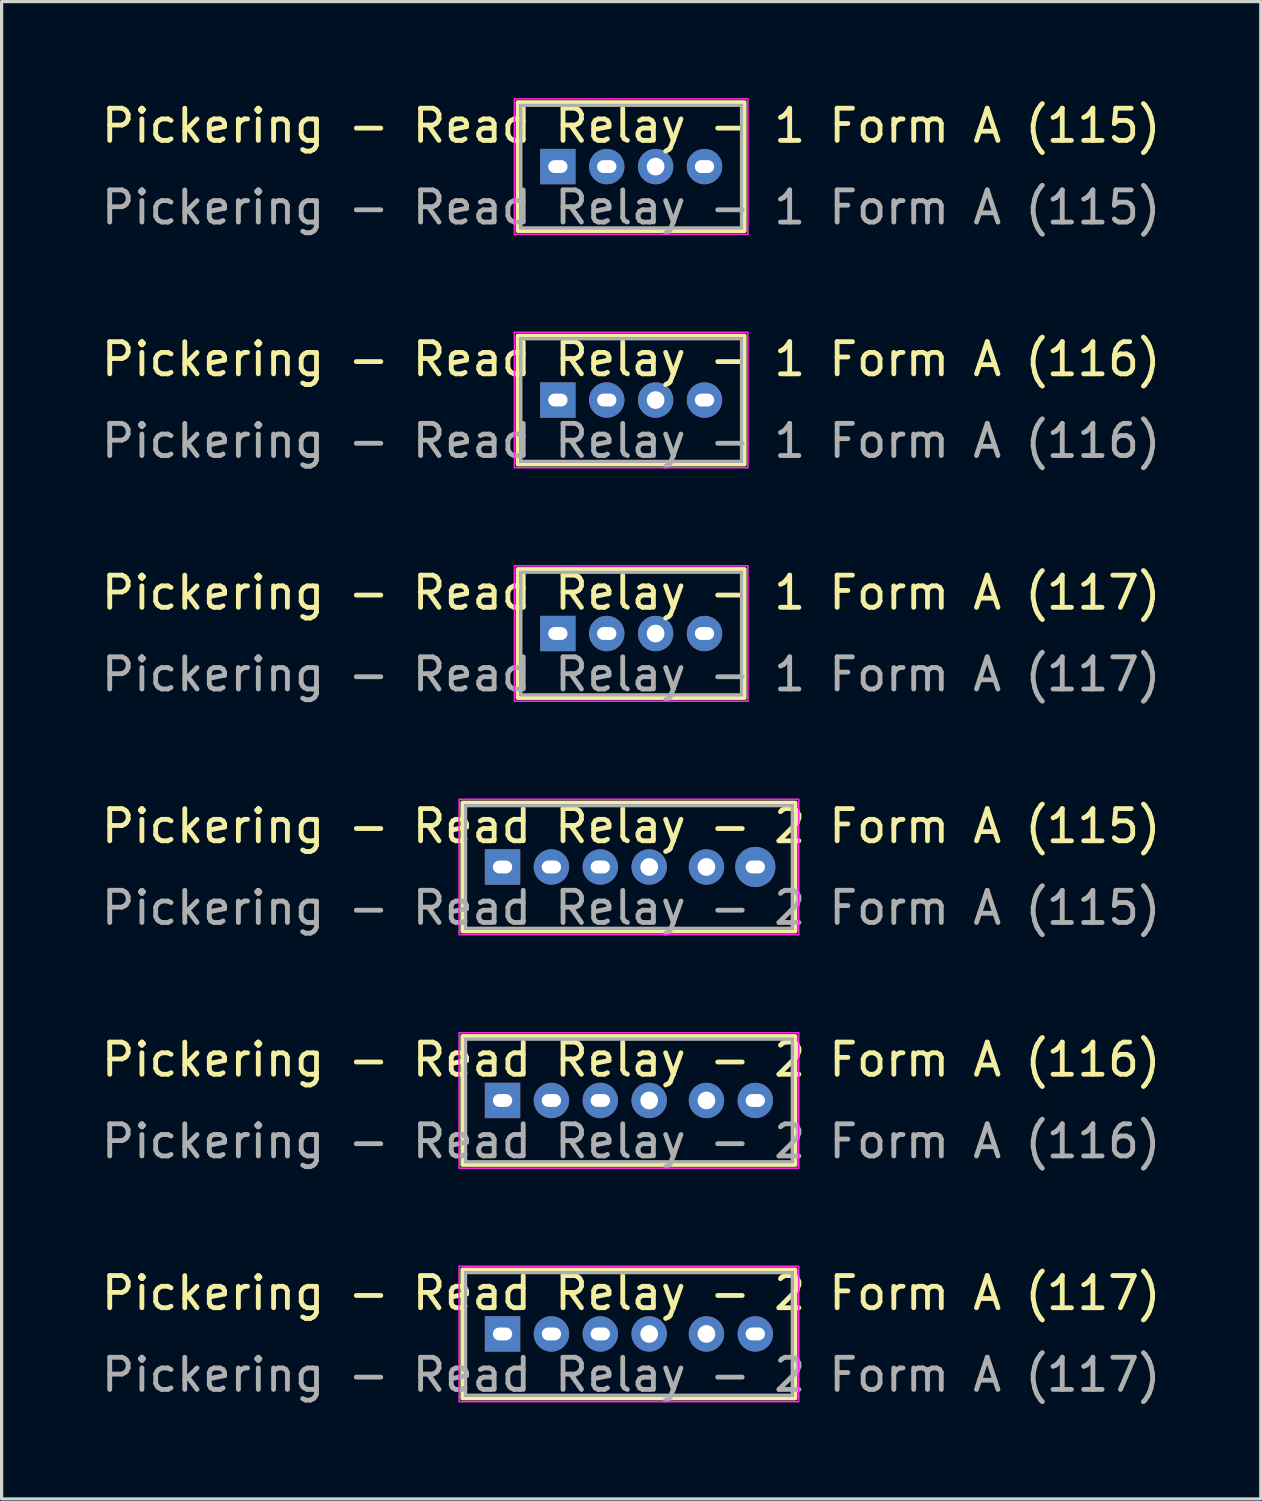
<source format=kicad_pcb>
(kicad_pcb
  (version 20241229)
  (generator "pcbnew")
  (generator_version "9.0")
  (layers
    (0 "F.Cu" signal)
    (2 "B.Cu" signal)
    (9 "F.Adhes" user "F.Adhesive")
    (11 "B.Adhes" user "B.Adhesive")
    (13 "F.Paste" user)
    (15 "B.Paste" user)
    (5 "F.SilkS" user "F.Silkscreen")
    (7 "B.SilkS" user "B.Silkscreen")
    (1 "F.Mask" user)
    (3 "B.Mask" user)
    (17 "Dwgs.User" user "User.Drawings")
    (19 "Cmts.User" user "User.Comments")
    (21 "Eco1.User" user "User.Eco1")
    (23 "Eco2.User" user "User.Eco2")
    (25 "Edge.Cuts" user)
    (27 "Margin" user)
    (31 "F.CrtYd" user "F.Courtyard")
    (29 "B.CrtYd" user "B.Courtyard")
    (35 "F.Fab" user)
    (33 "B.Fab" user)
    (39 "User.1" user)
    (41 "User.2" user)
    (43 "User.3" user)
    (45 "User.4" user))
  (footprint "Pickering - Read Relay - 1 Form A (117)"
    (layer "F.Cu")
    (at 14.297 16.65)
    (property "Reference" "Pickering - Read Relay - 1 Form A (117)" (at 2.28 -1.27 0) (unlocked yes) (layer "F.SilkS") (effects (font (size 1 1) (thickness 0.15))))
    (attr through_hole)
    (fp_rect (start -1.25 -2.005) (end 5.81 2.005) (stroke (width 0.12) (type solid)) (fill no) (layer "F.SilkS"))
    (fp_rect (start -1.35 2.105) (end 5.91 -2.105) (stroke (width 0.05) (type solid)) (fill no) (layer "F.CrtYd"))
    (fp_rect (start -1.15 1.905) (end 5.71 -1.905) (stroke (width 0.1) (type solid)) (fill no) (layer "F.Fab"))
    (fp_text user "${REFERENCE}" (at 2.28 1.27 0) (unlocked yes) (layer "F.Fab") (effects (font (size 1 1) (thickness 0.15))))
    (pad "1" thru_hole rect (at 0 0) (size 1.1 1.1) (drill oval 0.6 0.4) (layers "*.Cu" "*.Mask"))
    (pad "2" thru_hole circle (at 1.52 0) (size 1.1 1.1) (drill oval 0.6 0.4) (layers "*.Cu" "*.Mask"))
    (pad "3" thru_hole circle (at 3.04 0) (size 1.1 1.1) (drill 0.55) (layers "*.Cu" "*.Mask"))
    (pad "4" thru_hole circle (at 4.56 0) (size 1.1 1.1) (drill oval 0.6 0.4) (layers "*.Cu" "*.Mask")))
  (footprint "Pickering - Read Relay - 2 Form A (115)"
    (layer "F.Cu")
    (at 12.577 23.91)
    (property "Reference" "Pickering - Read Relay - 2 Form A (115)" (at 4 -1.27 0) (unlocked yes) (layer "F.SilkS") (effects (font (size 1 1) (thickness 0.15))))
    (attr through_hole)
    (fp_rect (start -1.25 -2.005) (end 9.11 2.005) (stroke (width 0.12) (type solid)) (fill no) (layer "F.SilkS"))
    (fp_rect (start -1.35 2.105) (end 9.21 -2.105) (stroke (width 0.05) (type solid)) (fill no) (layer "F.CrtYd"))
    (fp_rect (start -1.15 1.905) (end 9.01 -1.905) (stroke (width 0.1) (type solid)) (fill no) (layer "F.Fab"))
    (fp_text user "${REFERENCE}" (at 4 1.27 0) (unlocked yes) (layer "F.Fab") (effects (font (size 1 1) (thickness 0.15))))
    (pad "1" thru_hole rect (at 0 0) (size 1.1 1.1) (drill oval 0.6 0.4) (layers "*.Cu" "*.Mask"))
    (pad "2" thru_hole circle (at 1.52 0) (size 1.1 1.1) (drill oval 0.6 0.4) (layers "*.Cu" "*.Mask"))
    (pad "3" thru_hole circle (at 3.04 0) (size 1.1 1.1) (drill oval 0.6 0.4) (layers "*.Cu" "*.Mask"))
    (pad "4" thru_hole circle (at 4.56 0) (size 1.1 1.1) (drill 0.55) (layers "*.Cu" "*.Mask"))
    (pad "5" thru_hole circle (at 6.34 0) (size 1.1 1.1) (drill 0.55) (layers "*.Cu" "*.Mask"))
    (pad "6" thru_hole circle (at 7.86 0) (size 1.25 1.25) (drill oval 0.6 0.4) (layers "*.Cu" "*.Mask")))
  (footprint "Pickering - Read Relay - 1 Form A (116)"
    (layer "F.Cu")
    (at 14.297 9.39)
    (property "Reference" "Pickering - Read Relay - 1 Form A (116)" (at 2.28 -1.27 0) (unlocked yes) (layer "F.SilkS") (effects (font (size 1 1) (thickness 0.15))))
    (attr through_hole)
    (fp_rect (start -1.25 -2.005) (end 5.81 2.005) (stroke (width 0.12) (type solid)) (fill no) (layer "F.SilkS"))
    (fp_rect (start -1.35 2.105) (end 5.91 -2.105) (stroke (width 0.05) (type solid)) (fill no) (layer "F.CrtYd"))
    (fp_rect (start -1.15 1.905) (end 5.71 -1.905) (stroke (width 0.1) (type solid)) (fill no) (layer "F.Fab"))
    (fp_text user "${REFERENCE}" (at 2.28 1.27 0) (unlocked yes) (layer "F.Fab") (effects (font (size 1 1) (thickness 0.15))))
    (pad "1" thru_hole rect (at 0 0) (size 1.1 1.1) (drill oval 0.6 0.4) (layers "*.Cu" "*.Mask"))
    (pad "2" thru_hole circle (at 1.52 0) (size 1.1 1.1) (drill oval 0.6 0.4) (layers "*.Cu" "*.Mask"))
    (pad "3" thru_hole circle (at 3.04 0) (size 1.1 1.1) (drill 0.55) (layers "*.Cu" "*.Mask"))
    (pad "4" thru_hole circle (at 4.56 0) (size 1.1 1.1) (drill oval 0.6 0.4) (layers "*.Cu" "*.Mask")))
  (footprint "Pickering - Read Relay - 2 Form A (116)"
    (layer "F.Cu")
    (at 12.577 31.17)
    (property "Reference" "Pickering - Read Relay - 2 Form A (116)" (at 4 -1.27 0) (unlocked yes) (layer "F.SilkS") (effects (font (size 1 1) (thickness 0.15))))
    (attr through_hole)
    (fp_rect (start -1.25 -2.005) (end 9.11 2.005) (stroke (width 0.12) (type solid)) (fill no) (layer "F.SilkS"))
    (fp_rect (start -1.35 2.105) (end 9.21 -2.105) (stroke (width 0.05) (type solid)) (fill no) (layer "F.CrtYd"))
    (fp_rect (start -1.15 1.905) (end 9.01 -1.905) (stroke (width 0.1) (type solid)) (fill no) (layer "F.Fab"))
    (fp_text user "${REFERENCE}" (at 4 1.27 0) (unlocked yes) (layer "F.Fab") (effects (font (size 1 1) (thickness 0.15))))
    (pad "1" thru_hole rect (at 0 0) (size 1.1 1.1) (drill oval 0.6 0.4) (layers "*.Cu" "*.Mask"))
    (pad "2" thru_hole circle (at 1.52 0) (size 1.1 1.1) (drill oval 0.6 0.4) (layers "*.Cu" "*.Mask"))
    (pad "3" thru_hole circle (at 3.04 0) (size 1.1 1.1) (drill oval 0.6 0.4) (layers "*.Cu" "*.Mask"))
    (pad "4" thru_hole circle (at 4.56 0) (size 1.1 1.1) (drill 0.55) (layers "*.Cu" "*.Mask"))
    (pad "5" thru_hole circle (at 6.34 0) (size 1.1 1.1) (drill 0.55) (layers "*.Cu" "*.Mask"))
    (pad "6" thru_hole circle (at 7.86 0) (size 1.1 1.1) (drill oval 0.6 0.4) (layers "*.Cu" "*.Mask")))
  (footprint "Pickering - Read Relay - 1 Form A (115)"
    (layer "F.Cu")
    (at 14.297 2.13)
    (property "Reference" "Pickering - Read Relay - 1 Form A (115)" (at 2.28 -1.27 0) (unlocked yes) (layer "F.SilkS") (effects (font (size 1 1) (thickness 0.15))))
    (attr through_hole)
    (fp_rect (start -1.25 -2.005) (end 5.81 2.005) (stroke (width 0.12) (type solid)) (fill no) (layer "F.SilkS"))
    (fp_rect (start -1.35 2.105) (end 5.91 -2.105) (stroke (width 0.05) (type solid)) (fill no) (layer "F.CrtYd"))
    (fp_rect (start -1.15 1.905) (end 5.71 -1.905) (stroke (width 0.1) (type solid)) (fill no) (layer "F.Fab"))
    (fp_text user "${REFERENCE}" (at 2.28 1.27 0) (unlocked yes) (layer "F.Fab") (effects (font (size 1 1) (thickness 0.15))))
    (pad "1" thru_hole rect (at 0 0) (size 1.1 1.1) (drill oval 0.6 0.4) (layers "*.Cu" "*.Mask"))
    (pad "2" thru_hole circle (at 1.52 0) (size 1.1 1.1) (drill oval 0.6 0.4) (layers "*.Cu" "*.Mask"))
    (pad "3" thru_hole circle (at 3.04 0) (size 1.1 1.1) (drill 0.55) (layers "*.Cu" "*.Mask"))
    (pad "4" thru_hole circle (at 4.56 0) (size 1.1 1.1) (drill oval 0.6 0.4) (layers "*.Cu" "*.Mask")))
  (footprint "Pickering - Read Relay - 2 Form A (117)"
    (layer "F.Cu")
    (at 12.577 38.43)
    (property "Reference" "Pickering - Read Relay - 2 Form A (117)" (at 4 -1.27 0) (unlocked yes) (layer "F.SilkS") (effects (font (size 1 1) (thickness 0.15))))
    (attr through_hole)
    (fp_rect (start -1.25 -2.005) (end 9.11 2.005) (stroke (width 0.12) (type solid)) (fill no) (layer "F.SilkS"))
    (fp_rect (start -1.35 2.105) (end 9.21 -2.105) (stroke (width 0.05) (type solid)) (fill no) (layer "F.CrtYd"))
    (fp_rect (start -1.15 1.905) (end 9.01 -1.905) (stroke (width 0.1) (type solid)) (fill no) (layer "F.Fab"))
    (fp_text user "${REFERENCE}" (at 4 1.27 0) (unlocked yes) (layer "F.Fab") (effects (font (size 1 1) (thickness 0.15))))
    (pad "1" thru_hole rect (at 0 0) (size 1.1 1.1) (drill oval 0.6 0.4) (layers "*.Cu" "*.Mask"))
    (pad "2" thru_hole circle (at 1.52 0) (size 1.1 1.1) (drill oval 0.6 0.4) (layers "*.Cu" "*.Mask"))
    (pad "3" thru_hole circle (at 3.04 0) (size 1.1 1.1) (drill oval 0.6 0.4) (layers "*.Cu" "*.Mask"))
    (pad "4" thru_hole circle (at 4.56 0) (size 1.1 1.1) (drill 0.55) (layers "*.Cu" "*.Mask"))
    (pad "5" thru_hole circle (at 6.34 0) (size 1.1 1.1) (drill 0.55) (layers "*.Cu" "*.Mask"))
    (pad "6" thru_hole circle (at 7.86 0) (size 1.1 1.1) (drill oval 0.6 0.4) (layers "*.Cu" "*.Mask")))
  (gr_rect
    (start -3 -3)
    (end 36.155 43.56)
    (stroke (width 0.1) (type default))
    (fill no)
    (layer "Edge.Cuts")))
</source>
